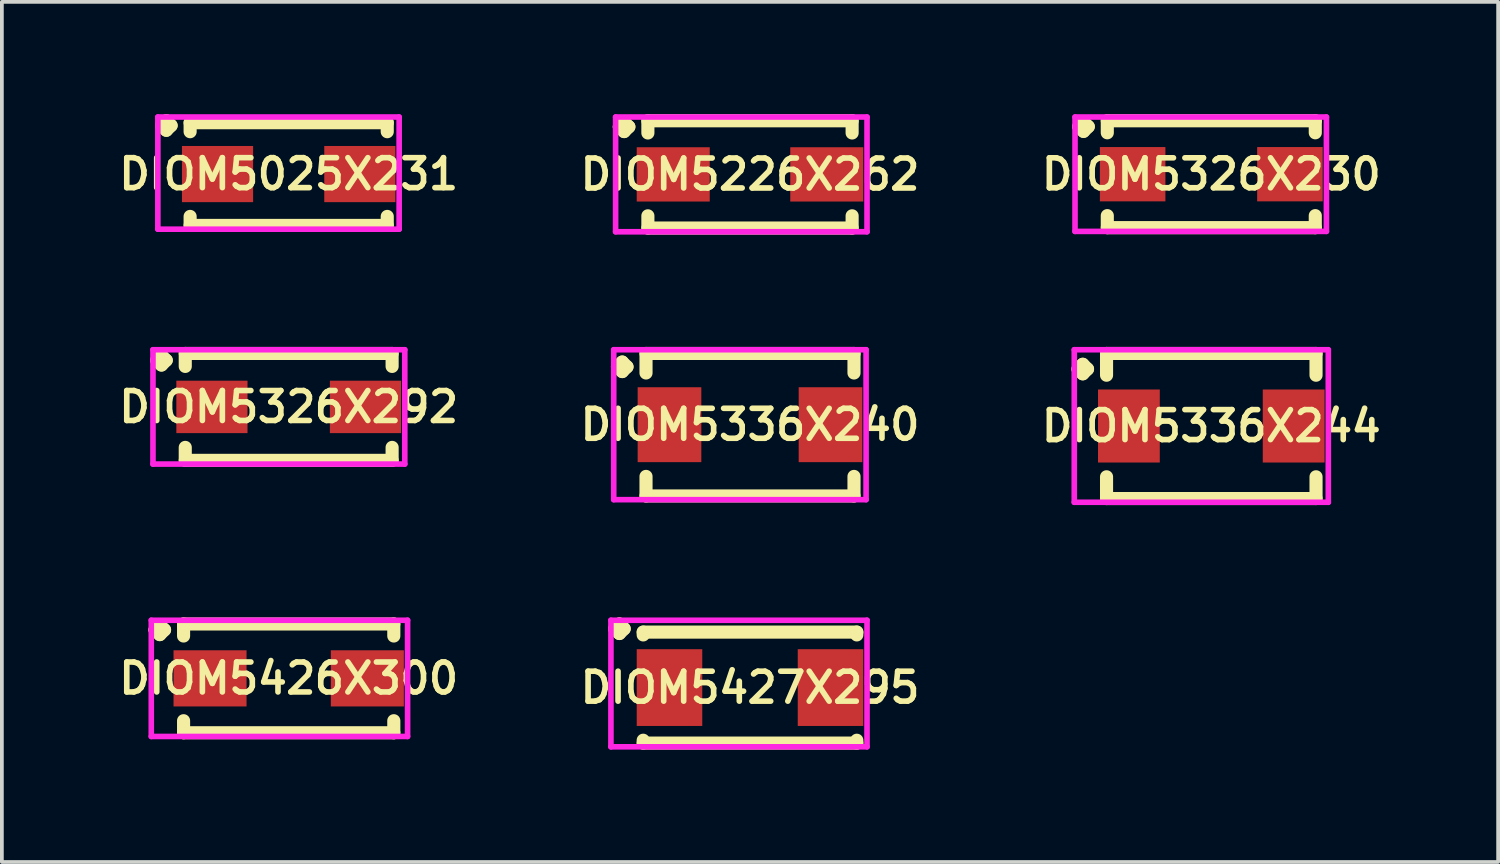
<source format=kicad_pcb>
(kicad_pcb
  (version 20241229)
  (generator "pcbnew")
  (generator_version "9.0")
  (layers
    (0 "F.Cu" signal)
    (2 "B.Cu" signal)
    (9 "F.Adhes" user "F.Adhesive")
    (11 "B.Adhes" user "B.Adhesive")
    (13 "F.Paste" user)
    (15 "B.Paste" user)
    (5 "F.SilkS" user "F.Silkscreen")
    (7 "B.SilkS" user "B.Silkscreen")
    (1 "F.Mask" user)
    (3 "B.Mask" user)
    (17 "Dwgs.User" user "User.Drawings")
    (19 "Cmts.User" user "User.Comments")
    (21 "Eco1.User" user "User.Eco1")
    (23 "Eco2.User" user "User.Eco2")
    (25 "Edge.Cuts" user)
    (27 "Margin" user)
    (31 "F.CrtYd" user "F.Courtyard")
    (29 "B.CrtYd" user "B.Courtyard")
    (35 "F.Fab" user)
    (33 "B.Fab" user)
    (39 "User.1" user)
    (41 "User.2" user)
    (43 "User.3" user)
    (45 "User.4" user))
  (footprint "DIOM5326X230"
    (layer "F.Cu")
    (at 29.296 1.602)
    (property "Reference" "DIOM5326X230" (at 0 0 0) (layer "F.SilkS") (effects (font (size 0.8 0.8) (thickness 0.15))))
    (attr smd)
    (fp_line (start -3.539 -1.271) (end -3.412 -1.398) (stroke (width 0.35) (type solid)) (layer "F.SilkS"))
    (fp_line (start -3.412 -1.398) (end -3.285 -1.271) (stroke (width 0.35) (type solid)) (layer "F.SilkS"))
    (fp_line (start -3.412 -1.144) (end -3.539 -1.271) (stroke (width 0.35) (type solid)) (layer "F.SilkS"))
    (fp_line (start -3.285 -1.271) (end -3.412 -1.144) (stroke (width 0.35) (type solid)) (layer "F.SilkS"))
    (fp_line (start -2.777 -1.427) (end 2.777 -1.427) (stroke (width 0.35) (type solid)) (layer "F.SilkS"))
    (fp_line (start -2.777 -1.106) (end -2.777 -1.427) (stroke (width 0.35) (type solid)) (layer "F.SilkS"))
    (fp_line (start -2.777 1.106) (end -2.777 1.427) (stroke (width 0.35) (type solid)) (layer "F.SilkS"))
    (fp_line (start -2.777 1.427) (end 2.777 1.427) (stroke (width 0.35) (type solid)) (layer "F.SilkS"))
    (fp_line (start 2.777 -1.427) (end 2.777 -1.106) (stroke (width 0.35) (type solid)) (layer "F.SilkS"))
    (fp_line (start 2.777 1.427) (end 2.777 1.106) (stroke (width 0.35) (type solid)) (layer "F.SilkS"))
    (fp_line (start -3.639 -1.527) (end 3.075 -1.527) (stroke (width 0.15) (type solid)) (layer "F.CrtYd"))
    (fp_line (start -3.639 1.527) (end -3.639 -1.527) (stroke (width 0.15) (type solid)) (layer "F.CrtYd"))
    (fp_line (start 3.075 -1.527) (end 3.075 1.527) (stroke (width 0.15) (type solid)) (layer "F.CrtYd"))
    (fp_line (start 3.075 1.527) (end -3.639 1.527) (stroke (width 0.15) (type solid)) (layer "F.CrtYd"))
    (pad "1" smd rect (at -2.1 0) (size 1.75 1.45) (layers "F.Cu" "F.Mask" "F.Paste"))
    (pad "2" smd rect (at 2.1 0) (size 1.75 1.45) (layers "F.Cu" "F.Mask" "F.Paste")))
  (footprint "DIOM5336X240"
    (layer "F.Cu")
    (at 16.978 8.291)
    (property "Reference" "DIOM5336X240" (at 0 0 0) (layer "F.SilkS") (effects (font (size 0.8 0.8) (thickness 0.15))))
    (attr smd)
    (fp_line (start -3.539 -1.546) (end -3.412 -1.673) (stroke (width 0.35) (type solid)) (layer "F.SilkS"))
    (fp_line (start -3.412 -1.673) (end -3.285 -1.546) (stroke (width 0.35) (type solid)) (layer "F.SilkS"))
    (fp_line (start -3.412 -1.419) (end -3.539 -1.546) (stroke (width 0.35) (type solid)) (layer "F.SilkS"))
    (fp_line (start -3.285 -1.546) (end -3.412 -1.419) (stroke (width 0.35) (type solid)) (layer "F.SilkS"))
    (fp_line (start -2.777 -1.902) (end 2.777 -1.902) (stroke (width 0.35) (type solid)) (layer "F.SilkS"))
    (fp_line (start -2.777 -1.381) (end -2.777 -1.902) (stroke (width 0.35) (type solid)) (layer "F.SilkS"))
    (fp_line (start -2.777 1.381) (end -2.777 1.902) (stroke (width 0.35) (type solid)) (layer "F.SilkS"))
    (fp_line (start -2.777 1.902) (end 2.777 1.902) (stroke (width 0.35) (type solid)) (layer "F.SilkS"))
    (fp_line (start 2.777 -1.902) (end 2.777 -1.381) (stroke (width 0.35) (type solid)) (layer "F.SilkS"))
    (fp_line (start 2.777 1.902) (end 2.777 1.381) (stroke (width 0.35) (type solid)) (layer "F.SilkS"))
    (fp_line (start -3.639 -2.002) (end 3.1 -2.002) (stroke (width 0.15) (type solid)) (layer "F.CrtYd"))
    (fp_line (start -3.639 2.002) (end -3.639 -2.002) (stroke (width 0.15) (type solid)) (layer "F.CrtYd"))
    (fp_line (start 3.1 -2.002) (end 3.1 2.002) (stroke (width 0.15) (type solid)) (layer "F.CrtYd"))
    (fp_line (start 3.1 2.002) (end -3.639 2.002) (stroke (width 0.15) (type solid)) (layer "F.CrtYd"))
    (pad "1" smd rect (at -2.15 0) (size 1.7 2) (layers "F.Cu" "F.Mask" "F.Paste"))
    (pad "2" smd rect (at 2.15 0) (size 1.7 2) (layers "F.Cu" "F.Mask" "F.Paste")))
  (footprint "DIOM5336X244"
    (layer "F.Cu")
    (at 29.296 8.326)
    (property "Reference" "DIOM5336X244" (at 0 0 0) (layer "F.SilkS") (effects (font (size 0.8 0.8) (thickness 0.15))))
    (attr smd)
    (fp_line (start -3.559 -1.521) (end -3.432 -1.648) (stroke (width 0.35) (type solid)) (layer "F.SilkS"))
    (fp_line (start -3.432 -1.648) (end -3.305 -1.521) (stroke (width 0.35) (type solid)) (layer "F.SilkS"))
    (fp_line (start -3.432 -1.394) (end -3.559 -1.521) (stroke (width 0.35) (type solid)) (layer "F.SilkS"))
    (fp_line (start -3.305 -1.521) (end -3.432 -1.394) (stroke (width 0.35) (type solid)) (layer "F.SilkS"))
    (fp_line (start -2.797 -1.937) (end 2.797 -1.937) (stroke (width 0.35) (type solid)) (layer "F.SilkS"))
    (fp_line (start -2.797 -1.356) (end -2.797 -1.937) (stroke (width 0.35) (type solid)) (layer "F.SilkS"))
    (fp_line (start -2.797 1.356) (end -2.797 1.937) (stroke (width 0.35) (type solid)) (layer "F.SilkS"))
    (fp_line (start -2.797 1.937) (end 2.797 1.937) (stroke (width 0.35) (type solid)) (layer "F.SilkS"))
    (fp_line (start 2.797 -1.937) (end 2.797 -1.356) (stroke (width 0.35) (type solid)) (layer "F.SilkS"))
    (fp_line (start 2.797 1.937) (end 2.797 1.356) (stroke (width 0.35) (type solid)) (layer "F.SilkS"))
    (fp_line (start -3.659 -2.037) (end 3.125 -2.037) (stroke (width 0.15) (type solid)) (layer "F.CrtYd"))
    (fp_line (start -3.659 2.037) (end -3.659 -2.037) (stroke (width 0.15) (type solid)) (layer "F.CrtYd"))
    (fp_line (start 3.125 -2.037) (end 3.125 2.037) (stroke (width 0.15) (type solid)) (layer "F.CrtYd"))
    (fp_line (start 3.125 2.037) (end -3.659 2.037) (stroke (width 0.15) (type solid)) (layer "F.CrtYd"))
    (pad "1" smd rect (at -2.2 0) (size 1.65 1.95) (layers "F.Cu" "F.Mask" "F.Paste"))
    (pad "2" smd rect (at 2.2 0) (size 1.65 1.95) (layers "F.Cu" "F.Mask" "F.Paste")))
  (footprint "DIOM5326X292"
    (layer "F.Cu")
    (at 4.659 7.816)
    (property "Reference" "DIOM5326X292" (at 0 0 0) (layer "F.SilkS") (effects (font (size 0.8 0.8) (thickness 0.15))))
    (attr smd)
    (fp_line (start -3.524 -1.246) (end -3.397 -1.373) (stroke (width 0.35) (type solid)) (layer "F.SilkS"))
    (fp_line (start -3.397 -1.373) (end -3.27 -1.246) (stroke (width 0.35) (type solid)) (layer "F.SilkS"))
    (fp_line (start -3.397 -1.119) (end -3.524 -1.246) (stroke (width 0.35) (type solid)) (layer "F.SilkS"))
    (fp_line (start -3.27 -1.246) (end -3.397 -1.119) (stroke (width 0.35) (type solid)) (layer "F.SilkS"))
    (fp_line (start -2.762 -1.427) (end 2.762 -1.427) (stroke (width 0.35) (type solid)) (layer "F.SilkS"))
    (fp_line (start -2.762 -1.081) (end -2.762 -1.427) (stroke (width 0.35) (type solid)) (layer "F.SilkS"))
    (fp_line (start -2.762 1.081) (end -2.762 1.427) (stroke (width 0.35) (type solid)) (layer "F.SilkS"))
    (fp_line (start -2.762 1.427) (end 2.762 1.427) (stroke (width 0.35) (type solid)) (layer "F.SilkS"))
    (fp_line (start 2.762 -1.427) (end 2.762 -1.081) (stroke (width 0.35) (type solid)) (layer "F.SilkS"))
    (fp_line (start 2.762 1.427) (end 2.762 1.081) (stroke (width 0.35) (type solid)) (layer "F.SilkS"))
    (fp_line (start -3.624 -1.527) (end 3.1 -1.527) (stroke (width 0.15) (type solid)) (layer "F.CrtYd"))
    (fp_line (start -3.624 1.527) (end -3.624 -1.527) (stroke (width 0.15) (type solid)) (layer "F.CrtYd"))
    (fp_line (start 3.1 -1.527) (end 3.1 1.527) (stroke (width 0.15) (type solid)) (layer "F.CrtYd"))
    (fp_line (start 3.1 1.527) (end -3.624 1.527) (stroke (width 0.15) (type solid)) (layer "F.CrtYd"))
    (pad "1" smd rect (at -2.05 0) (size 1.9 1.4) (layers "F.Cu" "F.Mask" "F.Paste"))
    (pad "2" smd rect (at 2.05 0) (size 1.9 1.4) (layers "F.Cu" "F.Mask" "F.Paste")))
  (footprint "DIOM5426X300"
    (layer "F.Cu")
    (at 4.659 15.065)
    (property "Reference" "DIOM5426X300" (at 0 0 0) (layer "F.SilkS") (effects (font (size 0.8 0.8) (thickness 0.15))))
    (attr smd)
    (fp_line (start -3.569 -1.296) (end -3.442 -1.423) (stroke (width 0.35) (type solid)) (layer "F.SilkS"))
    (fp_line (start -3.442 -1.423) (end -3.315 -1.296) (stroke (width 0.35) (type solid)) (layer "F.SilkS"))
    (fp_line (start -3.442 -1.169) (end -3.569 -1.296) (stroke (width 0.35) (type solid)) (layer "F.SilkS"))
    (fp_line (start -3.315 -1.296) (end -3.442 -1.169) (stroke (width 0.35) (type solid)) (layer "F.SilkS"))
    (fp_line (start -2.807 -1.452) (end 2.807 -1.452) (stroke (width 0.35) (type solid)) (layer "F.SilkS"))
    (fp_line (start -2.807 -1.131) (end -2.807 -1.452) (stroke (width 0.35) (type solid)) (layer "F.SilkS"))
    (fp_line (start -2.807 1.131) (end -2.807 1.452) (stroke (width 0.35) (type solid)) (layer "F.SilkS"))
    (fp_line (start -2.807 1.452) (end 2.807 1.452) (stroke (width 0.35) (type solid)) (layer "F.SilkS"))
    (fp_line (start 2.807 -1.452) (end 2.807 -1.131) (stroke (width 0.35) (type solid)) (layer "F.SilkS"))
    (fp_line (start 2.807 1.452) (end 2.807 1.131) (stroke (width 0.35) (type solid)) (layer "F.SilkS"))
    (fp_line (start -3.669 -1.552) (end 3.175 -1.552) (stroke (width 0.15) (type solid)) (layer "F.CrtYd"))
    (fp_line (start -3.669 1.552) (end -3.669 -1.552) (stroke (width 0.15) (type solid)) (layer "F.CrtYd"))
    (fp_line (start 3.175 -1.552) (end 3.175 1.552) (stroke (width 0.15) (type solid)) (layer "F.CrtYd"))
    (fp_line (start 3.175 1.552) (end -3.669 1.552) (stroke (width 0.15) (type solid)) (layer "F.CrtYd"))
    (pad "1" smd rect (at -2.1 0) (size 1.95 1.5) (layers "F.Cu" "F.Mask" "F.Paste"))
    (pad "2" smd rect (at 2.1 0) (size 1.95 1.5) (layers "F.Cu" "F.Mask" "F.Paste")))
  (footprint "DIOM5025X231"
    (layer "F.Cu")
    (at 4.659 1.598)
    (property "Reference" "DIOM5025X231" (at 0 0 0) (layer "F.SilkS") (effects (font (size 0.8 0.8) (thickness 0.15))))
    (attr smd)
    (fp_line (start -3.394 -1.296) (end -3.267 -1.423) (stroke (width 0.35) (type solid)) (layer "F.SilkS"))
    (fp_line (start -3.267 -1.423) (end -3.14 -1.296) (stroke (width 0.35) (type solid)) (layer "F.SilkS"))
    (fp_line (start -3.267 -1.169) (end -3.394 -1.296) (stroke (width 0.35) (type solid)) (layer "F.SilkS"))
    (fp_line (start -3.14 -1.296) (end -3.267 -1.169) (stroke (width 0.35) (type solid)) (layer "F.SilkS"))
    (fp_line (start -2.632 -1.372) (end 2.632 -1.372) (stroke (width 0.35) (type solid)) (layer "F.SilkS"))
    (fp_line (start -2.632 -1.131) (end -2.632 -1.372) (stroke (width 0.35) (type solid)) (layer "F.SilkS"))
    (fp_line (start -2.632 1.131) (end -2.632 1.372) (stroke (width 0.35) (type solid)) (layer "F.SilkS"))
    (fp_line (start -2.632 1.372) (end 2.632 1.372) (stroke (width 0.35) (type solid)) (layer "F.SilkS"))
    (fp_line (start 2.632 -1.372) (end 2.632 -1.131) (stroke (width 0.35) (type solid)) (layer "F.SilkS"))
    (fp_line (start 2.632 1.372) (end 2.632 1.131) (stroke (width 0.35) (type solid)) (layer "F.SilkS"))
    (fp_line (start -3.494 -1.523) (end 2.95 -1.523) (stroke (width 0.15) (type solid)) (layer "F.CrtYd"))
    (fp_line (start -3.494 1.472) (end -3.494 -1.523) (stroke (width 0.15) (type solid)) (layer "F.CrtYd"))
    (fp_line (start 2.95 -1.523) (end 2.95 1.472) (stroke (width 0.15) (type solid)) (layer "F.CrtYd"))
    (fp_line (start 2.95 1.472) (end -3.494 1.472) (stroke (width 0.15) (type solid)) (layer "F.CrtYd"))
    (pad "1" smd rect (at -1.9 0) (size 1.9 1.5) (layers "F.Cu" "F.Mask" "F.Paste"))
    (pad "2" smd rect (at 1.9 0) (size 1.9 1.5) (layers "F.Cu" "F.Mask" "F.Paste")))
  (footprint "DIOM5226X262"
    (layer "F.Cu")
    (at 16.978 1.607)
    (property "Reference" "DIOM5226X262" (at 0 0 0) (layer "F.SilkS") (effects (font (size 0.8 0.8) (thickness 0.15))))
    (attr smd)
    (fp_line (start -3.489 -1.271) (end -3.362 -1.398) (stroke (width 0.35) (type solid)) (layer "F.SilkS"))
    (fp_line (start -3.362 -1.398) (end -3.235 -1.271) (stroke (width 0.35) (type solid)) (layer "F.SilkS"))
    (fp_line (start -3.362 -1.144) (end -3.489 -1.271) (stroke (width 0.35) (type solid)) (layer "F.SilkS"))
    (fp_line (start -3.235 -1.271) (end -3.362 -1.144) (stroke (width 0.35) (type solid)) (layer "F.SilkS"))
    (fp_line (start -2.727 -1.432) (end 2.727 -1.432) (stroke (width 0.35) (type solid)) (layer "F.SilkS"))
    (fp_line (start -2.727 -1.106) (end -2.727 -1.432) (stroke (width 0.35) (type solid)) (layer "F.SilkS"))
    (fp_line (start -2.727 1.106) (end -2.727 1.432) (stroke (width 0.35) (type solid)) (layer "F.SilkS"))
    (fp_line (start -2.727 1.432) (end 2.727 1.432) (stroke (width 0.35) (type solid)) (layer "F.SilkS"))
    (fp_line (start 2.727 -1.432) (end 2.727 -1.106) (stroke (width 0.35) (type solid)) (layer "F.SilkS"))
    (fp_line (start 2.727 1.432) (end 2.727 1.106) (stroke (width 0.35) (type solid)) (layer "F.SilkS"))
    (fp_line (start -3.589 -1.532) (end 3.125 -1.532) (stroke (width 0.15) (type solid)) (layer "F.CrtYd"))
    (fp_line (start -3.589 1.532) (end -3.589 -1.532) (stroke (width 0.15) (type solid)) (layer "F.CrtYd"))
    (fp_line (start 3.125 -1.532) (end 3.125 1.532) (stroke (width 0.15) (type solid)) (layer "F.CrtYd"))
    (fp_line (start 3.125 1.532) (end -3.589 1.532) (stroke (width 0.15) (type solid)) (layer "F.CrtYd"))
    (pad "1" smd rect (at -2.05 0) (size 1.95 1.45) (layers "F.Cu" "F.Mask" "F.Paste"))
    (pad "2" smd rect (at 2.05 0) (size 1.95 1.45) (layers "F.Cu" "F.Mask" "F.Paste")))
  (footprint "DIOM5427X295"
    (layer "F.Cu")
    (at 16.978 15.311)
    (property "Reference" "DIOM5427X295" (at 0 0 0) (layer "F.SilkS") (effects (font (size 0.8 0.8) (thickness 0.15))))
    (attr smd)
    (fp_line (start -3.614 -1.571) (end -3.487 -1.698) (stroke (width 0.35) (type solid)) (layer "F.SilkS"))
    (fp_line (start -3.487 -1.698) (end -3.36 -1.571) (stroke (width 0.35) (type solid)) (layer "F.SilkS"))
    (fp_line (start -3.487 -1.444) (end -3.614 -1.571) (stroke (width 0.35) (type solid)) (layer "F.SilkS"))
    (fp_line (start -3.36 -1.571) (end -3.487 -1.444) (stroke (width 0.35) (type solid)) (layer "F.SilkS"))
    (fp_line (start -2.852 -1.482) (end 2.852 -1.482) (stroke (width 0.35) (type solid)) (layer "F.SilkS"))
    (fp_line (start -2.852 -1.406) (end -2.852 -1.482) (stroke (width 0.35) (type solid)) (layer "F.SilkS"))
    (fp_line (start -2.852 1.406) (end -2.852 1.482) (stroke (width 0.35) (type solid)) (layer "F.SilkS"))
    (fp_line (start -2.852 1.482) (end 2.852 1.482) (stroke (width 0.35) (type solid)) (layer "F.SilkS"))
    (fp_line (start 2.852 -1.482) (end 2.852 -1.406) (stroke (width 0.35) (type solid)) (layer "F.SilkS"))
    (fp_line (start 2.852 1.482) (end 2.852 1.406) (stroke (width 0.35) (type solid)) (layer "F.SilkS"))
    (fp_line (start -3.714 -1.798) (end 3.125 -1.798) (stroke (width 0.15) (type solid)) (layer "F.CrtYd"))
    (fp_line (start -3.714 1.582) (end -3.714 -1.798) (stroke (width 0.15) (type solid)) (layer "F.CrtYd"))
    (fp_line (start 3.125 -1.798) (end 3.125 1.582) (stroke (width 0.15) (type solid)) (layer "F.CrtYd"))
    (fp_line (start 3.125 1.582) (end -3.714 1.582) (stroke (width 0.15) (type solid)) (layer "F.CrtYd"))
    (pad "1" smd rect (at -2.15 0) (size 1.75 2.05) (layers "F.Cu" "F.Mask" "F.Paste"))
    (pad "2" smd rect (at 2.15 0) (size 1.75 2.05) (layers "F.Cu" "F.Mask" "F.Paste")))
  (gr_rect
    (start -3 -3)
    (end 36.956 19.968)
    (stroke (width 0.1) (type default))
    (fill no)
    (layer "Edge.Cuts")))
</source>
